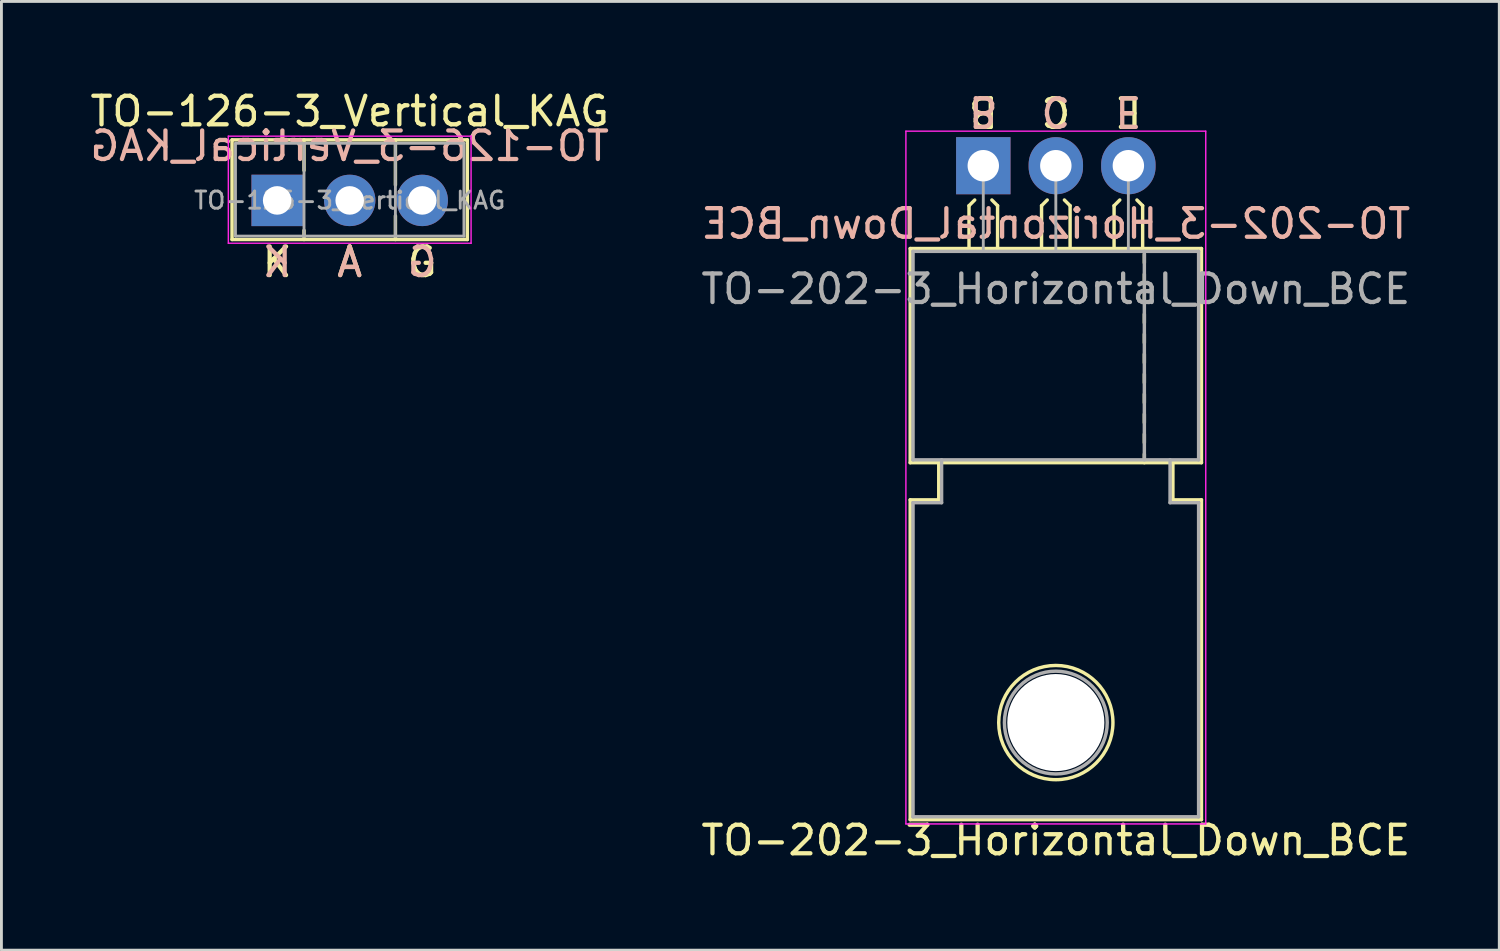
<source format=kicad_pcb>
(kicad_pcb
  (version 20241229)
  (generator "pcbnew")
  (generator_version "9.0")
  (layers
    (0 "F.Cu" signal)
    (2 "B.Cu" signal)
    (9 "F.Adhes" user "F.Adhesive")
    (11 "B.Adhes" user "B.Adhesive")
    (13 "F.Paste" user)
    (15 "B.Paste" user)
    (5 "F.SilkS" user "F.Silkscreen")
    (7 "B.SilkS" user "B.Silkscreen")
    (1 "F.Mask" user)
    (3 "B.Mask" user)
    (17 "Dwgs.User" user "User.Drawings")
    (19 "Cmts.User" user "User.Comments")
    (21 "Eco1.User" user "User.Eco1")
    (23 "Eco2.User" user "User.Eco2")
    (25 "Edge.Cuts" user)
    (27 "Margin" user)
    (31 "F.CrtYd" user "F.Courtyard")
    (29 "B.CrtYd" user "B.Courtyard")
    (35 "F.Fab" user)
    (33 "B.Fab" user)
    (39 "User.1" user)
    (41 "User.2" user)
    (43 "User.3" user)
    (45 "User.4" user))
  (footprint "TO-126-3_Vertical_KAG"
    (layer "F.Cu")
    (at 6.656 3.968)
    (property "Reference" "TO-126-3_Vertical_KAG" (at 2.54 -3.12 0) (layer "F.SilkS") (effects (font (size 1 1) (thickness 0.15))))
    (fp_line (start -1.58 -2.12) (end -1.58 1.37) (stroke (width 0.12) (type solid)) (layer "F.SilkS"))
    (fp_line (start -1.58 -2.12) (end 6.66 -2.12) (stroke (width 0.12) (type solid)) (layer "F.SilkS"))
    (fp_line (start -1.58 1.37) (end 6.66 1.37) (stroke (width 0.12) (type solid)) (layer "F.SilkS"))
    (fp_line (start 0.94 -2.12) (end 0.94 -1.05) (stroke (width 0.12) (type solid)) (layer "F.SilkS"))
    (fp_line (start 0.94 1.05) (end 0.94 1.37) (stroke (width 0.12) (type solid)) (layer "F.SilkS"))
    (fp_line (start 4.141 -2.12) (end 4.141 -0.54) (stroke (width 0.12) (type solid)) (layer "F.SilkS"))
    (fp_line (start 4.141 0.54) (end 4.141 1.37) (stroke (width 0.12) (type solid)) (layer "F.SilkS"))
    (fp_line (start 6.66 -2.12) (end 6.66 1.37) (stroke (width 0.12) (type solid)) (layer "F.SilkS"))
    (fp_line (start -1.71 -2.25) (end -1.71 1.5) (stroke (width 0.05) (type solid)) (layer "F.CrtYd"))
    (fp_line (start -1.71 1.5) (end 6.79 1.5) (stroke (width 0.05) (type solid)) (layer "F.CrtYd"))
    (fp_line (start 6.79 -2.25) (end -1.71 -2.25) (stroke (width 0.05) (type solid)) (layer "F.CrtYd"))
    (fp_line (start 6.79 1.5) (end 6.79 -2.25) (stroke (width 0.05) (type solid)) (layer "F.CrtYd"))
    (fp_line (start -1.46 -2) (end -1.46 1.25) (stroke (width 0.1) (type solid)) (layer "F.Fab"))
    (fp_line (start -1.46 1.25) (end 6.54 1.25) (stroke (width 0.1) (type solid)) (layer "F.Fab"))
    (fp_line (start 0.94 -2) (end 0.94 1.25) (stroke (width 0.1) (type solid)) (layer "F.Fab"))
    (fp_line (start 4.14 -2) (end 4.14 1.25) (stroke (width 0.1) (type solid)) (layer "F.Fab"))
    (fp_line (start 6.54 -2) (end -1.46 -2) (stroke (width 0.1) (type solid)) (layer "F.Fab"))
    (fp_line (start 6.54 1.25) (end 6.54 -2) (stroke (width 0.1) (type solid)) (layer "F.Fab"))
    (fp_text user "A" (at 2.54 2.159 0) (unlocked yes) (layer "F.SilkS") (effects (font (size 1 1) (thickness 0.15))))
    (fp_text user "K" (at 0 2.159 0) (unlocked yes) (layer "F.SilkS") (effects (font (size 1 1) (thickness 0.15))))
    (fp_text user "G" (at 5.08 2.159 0) (unlocked yes) (layer "F.SilkS") (effects (font (size 1 1) (thickness 0.15))))
    (fp_text user "A" (at 2.54 2.159 0) (unlocked yes) (layer "B.SilkS") (effects (font (size 1 1) (thickness 0.15)) (justify mirror)))
    (fp_text user "K" (at 0 2.159 0) (unlocked yes) (layer "B.SilkS") (effects (font (size 1 1) (thickness 0.15)) (justify mirror)))
    (fp_text user "G" (at 5.08 2.159 0) (unlocked yes) (layer "B.SilkS") (effects (font (size 1 1) (thickness 0.15)) (justify mirror)))
    (fp_text user "${REFERENCE}" (at 2.54 -1.905 0) (layer "B.SilkS") (effects (font (size 1 1) (thickness 0.15)) (justify mirror)))
    (fp_text user "${REFERENCE}" (at 2.54 0 0) (layer "F.Fab") (effects (font (size 0.6 0.6) (thickness 0.1))))
    (pad "1" thru_hole rect (at 0 0) (size 1.8 1.8) (drill 1) (layers "*.Cu" "*.Mask"))
    (pad "2" thru_hole oval (at 2.54 0) (size 1.8 1.8) (drill 1) (layers "*.Cu" "*.Mask"))
    (pad "3" thru_hole oval (at 5.08 0) (size 1.8 1.8) (drill 1) (layers "*.Cu" "*.Mask")))
  (footprint "TO-202-3_Horizontal_Down_BCE"
    (layer "F.Cu")
    (at 31.383 2.753)
    (property "Reference" "TO-202-3_Horizontal_Down_BCE" (at 2.54 23.622 180) (layer "F.SilkS") (effects (font (size 1 1) (thickness 0.15))))
    (fp_line (start -2.56 2.9) (end 7.64 2.9) (stroke (width 0.12) (type solid)) (layer "F.SilkS"))
    (fp_line (start -2.56 10.4) (end -2.56 2.9) (stroke (width 0.12) (type solid)) (layer "F.SilkS"))
    (fp_line (start -2.56 11.7) (end -1.56 11.7) (stroke (width 0.12) (type solid)) (layer "F.SilkS"))
    (fp_line (start -2.56 22.9) (end -2.56 11.7) (stroke (width 0.12) (type solid)) (layer "F.SilkS"))
    (fp_line (start -1.56 10.4) (end -2.56 10.4) (stroke (width 0.12) (type solid)) (layer "F.SilkS"))
    (fp_line (start -1.56 11.7) (end -1.56 10.4) (stroke (width 0.12) (type solid)) (layer "F.SilkS"))
    (fp_line (start -0.5 1.4) (end -0.3 1.2) (stroke (width 0.12) (type solid)) (layer "F.SilkS"))
    (fp_line (start -0.5 2.9) (end -0.5 1.4) (stroke (width 0.12) (type solid)) (layer "F.SilkS"))
    (fp_line (start 0.5 1.4) (end 0.3 1.2) (stroke (width 0.12) (type solid)) (layer "F.SilkS"))
    (fp_line (start 0.5 2.9) (end 0.5 1.4) (stroke (width 0.12) (type solid)) (layer "F.SilkS"))
    (fp_line (start 2.04 1.4) (end 2.24 1.2) (stroke (width 0.12) (type solid)) (layer "F.SilkS"))
    (fp_line (start 2.04 2.9) (end 2.04 1.4) (stroke (width 0.12) (type solid)) (layer "F.SilkS"))
    (fp_line (start 3.04 1.4) (end 2.84 1.2) (stroke (width 0.12) (type solid)) (layer "F.SilkS"))
    (fp_line (start 3.04 2.9) (end 3.04 1.4) (stroke (width 0.12) (type solid)) (layer "F.SilkS"))
    (fp_line (start 4.58 1.4) (end 4.78 1.2) (stroke (width 0.12) (type solid)) (layer "F.SilkS"))
    (fp_line (start 4.58 2.9) (end 4.58 1.4) (stroke (width 0.12) (type solid)) (layer "F.SilkS"))
    (fp_line (start 5.58 1.4) (end 5.38 1.2) (stroke (width 0.12) (type solid)) (layer "F.SilkS"))
    (fp_line (start 5.58 2.9) (end 5.58 1.4) (stroke (width 0.12) (type solid)) (layer "F.SilkS"))
    (fp_line (start 5.64 3.4) (end 5.64 3.1) (stroke (width 0.12) (type solid)) (layer "F.SilkS"))
    (fp_line (start 5.64 4.1) (end 5.64 3.8) (stroke (width 0.12) (type solid)) (layer "F.SilkS"))
    (fp_line (start 5.64 4.8) (end 5.64 4.5) (stroke (width 0.12) (type solid)) (layer "F.SilkS"))
    (fp_line (start 5.64 5.5) (end 5.64 5.2) (stroke (width 0.12) (type solid)) (layer "F.SilkS"))
    (fp_line (start 5.64 6.2) (end 5.64 5.9) (stroke (width 0.12) (type solid)) (layer "F.SilkS"))
    (fp_line (start 5.64 6.9) (end 5.64 6.6) (stroke (width 0.12) (type solid)) (layer "F.SilkS"))
    (fp_line (start 5.64 7.6) (end 5.64 7.3) (stroke (width 0.12) (type solid)) (layer "F.SilkS"))
    (fp_line (start 5.64 8.3) (end 5.64 8) (stroke (width 0.12) (type solid)) (layer "F.SilkS"))
    (fp_line (start 5.64 9) (end 5.64 8.7) (stroke (width 0.12) (type solid)) (layer "F.SilkS"))
    (fp_line (start 5.64 9.7) (end 5.64 9.4) (stroke (width 0.12) (type solid)) (layer "F.SilkS"))
    (fp_line (start 5.64 10.4) (end 5.64 10.1) (stroke (width 0.12) (type solid)) (layer "F.SilkS"))
    (fp_line (start 6.64 10.4) (end -1.56 10.4) (stroke (width 0.12) (type solid)) (layer "F.SilkS"))
    (fp_line (start 6.64 10.4) (end 6.64 11.7) (stroke (width 0.12) (type solid)) (layer "F.SilkS"))
    (fp_line (start 6.64 11.7) (end 7.64 11.7) (stroke (width 0.12) (type solid)) (layer "F.SilkS"))
    (fp_line (start 7.64 2.9) (end 7.64 10.4) (stroke (width 0.12) (type solid)) (layer "F.SilkS"))
    (fp_line (start 7.64 10.4) (end 6.64 10.4) (stroke (width 0.12) (type solid)) (layer "F.SilkS"))
    (fp_line (start 7.64 11.7) (end 7.64 22.9) (stroke (width 0.12) (type solid)) (layer "F.SilkS"))
    (fp_line (start 7.64 22.9) (end -2.56 22.9) (stroke (width 0.12) (type solid)) (layer "F.SilkS"))
    (fp_circle (center 2.54 19.5) (end 0.54 19.5) (stroke (width 0.12) (type solid)) (fill no) (layer "F.SilkS"))
    (fp_line (start -2.71 -1.21) (end -2.71 23.05) (stroke (width 0.05) (type solid)) (layer "F.CrtYd"))
    (fp_line (start -2.71 23.05) (end 7.79 23.05) (stroke (width 0.05) (type solid)) (layer "F.CrtYd"))
    (fp_line (start 7.79 -1.21) (end -2.71 -1.21) (stroke (width 0.05) (type solid)) (layer "F.CrtYd"))
    (fp_line (start 7.79 23.05) (end 7.79 -1.21) (stroke (width 0.05) (type solid)) (layer "F.CrtYd"))
    (fp_line (start -2.46 3) (end -2.46 10.3) (stroke (width 0.12) (type solid)) (layer "F.Fab"))
    (fp_line (start -2.46 10.3) (end 7.54 10.3) (stroke (width 0.12) (type solid)) (layer "F.Fab"))
    (fp_line (start -2.46 11.8) (end -1.46 11.8) (stroke (width 0.12) (type solid)) (layer "F.Fab"))
    (fp_line (start -2.46 22.8) (end -2.46 11.8) (stroke (width 0.12) (type solid)) (layer "F.Fab"))
    (fp_line (start -1.46 11.8) (end -1.46 10.3) (stroke (width 0.12) (type solid)) (layer "F.Fab"))
    (fp_line (start 0 0) (end 0 3) (stroke (width 0.1) (type solid)) (layer "F.Fab"))
    (fp_line (start 2.54 0) (end 2.54 3) (stroke (width 0.1) (type solid)) (layer "F.Fab"))
    (fp_line (start 5.08 0) (end 5.08 3) (stroke (width 0.1) (type solid)) (layer "F.Fab"))
    (fp_line (start 5.64 3) (end 5.64 10.3) (stroke (width 0.12) (type solid)) (layer "F.Fab"))
    (fp_line (start 6.54 10.3) (end 6.54 11.8) (stroke (width 0.12) (type solid)) (layer "F.Fab"))
    (fp_line (start 6.54 11.8) (end 7.54 11.8) (stroke (width 0.12) (type solid)) (layer "F.Fab"))
    (fp_line (start 7.54 3) (end -2.46 3) (stroke (width 0.12) (type solid)) (layer "F.Fab"))
    (fp_line (start 7.54 10.3) (end 7.54 3) (stroke (width 0.12) (type solid)) (layer "F.Fab"))
    (fp_line (start 7.54 11.8) (end 7.54 22.8) (stroke (width 0.12) (type solid)) (layer "F.Fab"))
    (fp_line (start 7.54 22.8) (end -2.46 22.8) (stroke (width 0.12) (type solid)) (layer "F.Fab"))
    (fp_circle (center 2.54 19.5) (end 0.74 19.5) (stroke (width 0.12) (type solid)) (fill no) (layer "F.Fab"))
    (fp_text user "E" (at 5.08 -1.905 180) (unlocked yes) (layer "F.SilkS") (effects (font (size 1 1) (thickness 0.15))))
    (fp_text user "B" (at 0 -1.905 180) (unlocked yes) (layer "F.SilkS") (effects (font (size 1 1) (thickness 0.15))))
    (fp_text user "C" (at 2.54 -1.905 180) (unlocked yes) (layer "F.SilkS") (effects (font (size 1 1) (thickness 0.15))))
    (fp_text user "${REFERENCE}" (at 2.54 2.032 0) (layer "B.SilkS") (effects (font (size 1 1) (thickness 0.15)) (justify mirror)))
    (fp_text user "E" (at 5.08 -1.905 180) (unlocked yes) (layer "B.SilkS") (effects (font (size 1 1) (thickness 0.15)) (justify mirror)))
    (fp_text user "B" (at 0 -1.905 180) (unlocked yes) (layer "B.SilkS") (effects (font (size 1 1) (thickness 0.15)) (justify mirror)))
    (fp_text user "C" (at 2.54 -1.905 180) (unlocked yes) (layer "B.SilkS") (effects (font (size 1 1) (thickness 0.15)) (justify mirror)))
    (fp_text user "${REFERENCE}" (at 2.54 4.318 180) (layer "F.Fab") (effects (font (size 1 1) (thickness 0.15))))
    (pad "" np_thru_hole circle (at 2.54 19.5 180) (size 3.4 3.4) (drill 3.4) (layers "*.Cu" "*.Mask"))
    (pad "1" thru_hole rect (at 0 0) (size 1.905 2) (drill 1.1) (layers "*.Cu" "*.Mask"))
    (pad "2" thru_hole oval (at 2.54 0) (size 1.905 2) (drill 1.1) (layers "*.Cu" "*.Mask"))
    (pad "3" thru_hole oval (at 5.08 0) (size 1.905 2) (drill 1.1) (layers "*.Cu" "*.Mask")))
  (gr_rect
    (start -3 -3)
    (end 49.452 30.224)
    (stroke (width 0.1) (type default))
    (fill no)
    (layer "Edge.Cuts")))
</source>
